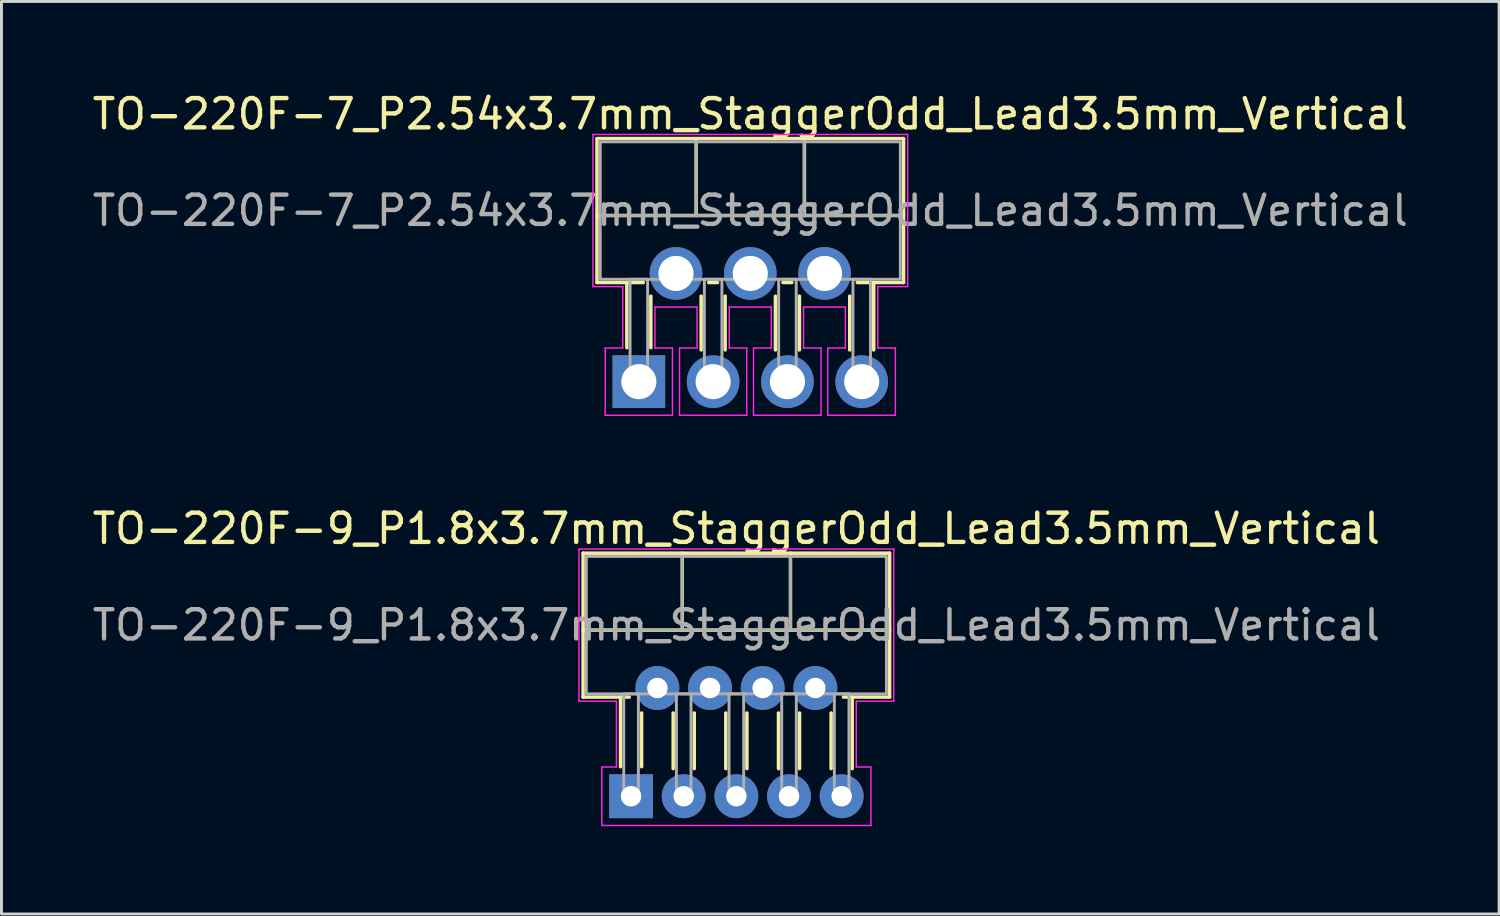
<source format=kicad_pcb>
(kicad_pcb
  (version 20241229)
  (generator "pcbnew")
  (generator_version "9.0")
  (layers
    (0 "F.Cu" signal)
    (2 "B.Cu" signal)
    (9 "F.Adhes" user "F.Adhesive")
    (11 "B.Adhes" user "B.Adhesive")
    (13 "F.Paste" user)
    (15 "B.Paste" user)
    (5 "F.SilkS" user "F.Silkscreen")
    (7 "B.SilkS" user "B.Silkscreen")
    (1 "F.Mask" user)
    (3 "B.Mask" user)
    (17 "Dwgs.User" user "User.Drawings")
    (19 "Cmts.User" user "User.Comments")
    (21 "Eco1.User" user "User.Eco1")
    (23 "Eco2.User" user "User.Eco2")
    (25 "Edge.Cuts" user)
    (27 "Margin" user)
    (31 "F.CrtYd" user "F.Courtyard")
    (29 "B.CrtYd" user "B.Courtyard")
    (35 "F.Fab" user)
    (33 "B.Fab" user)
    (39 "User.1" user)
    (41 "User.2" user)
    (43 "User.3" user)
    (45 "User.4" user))
  (footprint "TO-220F-7_P2.54x3.7mm_StaggerOdd_Lead3.5mm_Vertical"
    (layer "F.Cu")
    (at 18.791 9.998)
    (property "Reference" "TO-220F-7_P2.54x3.7mm_StaggerOdd_Lead3.5mm_Vertical" (at 3.81 -9.15 0) (layer "F.SilkS") (effects (font (size 1 1) (thickness 0.15))))
    (attr through_hole)
    (fp_line (start -1.43 -8.31) (end 9.05 -8.31) (stroke (width 0.12) (type solid)) (layer "F.SilkS"))
    (fp_line (start -1.43 -5.68) (end 9.05 -5.68) (stroke (width 0.12) (type solid)) (layer "F.SilkS"))
    (fp_line (start -1.43 -3.39) (end -1.43 -8.31) (stroke (width 0.12) (type solid)) (layer "F.SilkS"))
    (fp_line (start -0.41 -3.39) (end -0.41 -1.16) (stroke (width 0.12) (type solid)) (layer "F.SilkS"))
    (fp_line (start 0.152 -3.39) (end -1.43 -3.39) (stroke (width 0.12) (type solid)) (layer "F.SilkS"))
    (fp_line (start 0.41 -2.922) (end 0.41 -1.16) (stroke (width 0.12) (type solid)) (layer "F.SilkS"))
    (fp_line (start 1.96 -8.31) (end 1.96 -5.68) (stroke (width 0.12) (type solid)) (layer "F.SilkS"))
    (fp_line (start 2.13 -2.922) (end 2.13 -1.085) (stroke (width 0.12) (type solid)) (layer "F.SilkS"))
    (fp_line (start 2.692 -3.39) (end 2.388 -3.39) (stroke (width 0.12) (type solid)) (layer "F.SilkS"))
    (fp_line (start 2.95 -2.922) (end 2.95 -1.085) (stroke (width 0.12) (type solid)) (layer "F.SilkS"))
    (fp_line (start 4.67 -2.922) (end 4.67 -1.085) (stroke (width 0.12) (type solid)) (layer "F.SilkS"))
    (fp_line (start 5.232 -3.39) (end 4.928 -3.39) (stroke (width 0.12) (type solid)) (layer "F.SilkS"))
    (fp_line (start 5.49 -2.922) (end 5.49 -1.085) (stroke (width 0.12) (type solid)) (layer "F.SilkS"))
    (fp_line (start 5.66 -8.31) (end 5.66 -5.68) (stroke (width 0.12) (type solid)) (layer "F.SilkS"))
    (fp_line (start 7.21 -2.922) (end 7.21 -1.085) (stroke (width 0.12) (type solid)) (layer "F.SilkS"))
    (fp_line (start 8.03 -3.39) (end 8.03 -1.085) (stroke (width 0.12) (type solid)) (layer "F.SilkS"))
    (fp_line (start 9.05 -8.31) (end 9.05 -3.39) (stroke (width 0.12) (type solid)) (layer "F.SilkS"))
    (fp_line (start 9.05 -3.39) (end 7.468 -3.39) (stroke (width 0.12) (type solid)) (layer "F.SilkS"))
    (fp_line (start -1.57 -8.45) (end 9.19 -8.45) (stroke (width 0.05) (type solid)) (layer "F.CrtYd"))
    (fp_line (start -1.57 -3.25) (end -1.57 -8.45) (stroke (width 0.05) (type solid)) (layer "F.CrtYd"))
    (fp_line (start -1.15 -1.15) (end -0.55 -1.15) (stroke (width 0.05) (type solid)) (layer "F.CrtYd"))
    (fp_line (start -1.15 1.15) (end -1.15 -1.15) (stroke (width 0.05) (type solid)) (layer "F.CrtYd"))
    (fp_line (start -0.55 -3.25) (end -1.57 -3.25) (stroke (width 0.05) (type solid)) (layer "F.CrtYd"))
    (fp_line (start -0.55 -1.15) (end -0.55 -3.25) (stroke (width 0.05) (type solid)) (layer "F.CrtYd"))
    (fp_line (start 0.55 -2.55) (end 0.55 -1.15) (stroke (width 0.05) (type solid)) (layer "F.CrtYd"))
    (fp_line (start 0.55 -1.15) (end 1.15 -1.15) (stroke (width 0.05) (type solid)) (layer "F.CrtYd"))
    (fp_line (start 1.15 -1.15) (end 1.15 1.15) (stroke (width 0.05) (type solid)) (layer "F.CrtYd"))
    (fp_line (start 1.15 1.15) (end -1.15 1.15) (stroke (width 0.05) (type solid)) (layer "F.CrtYd"))
    (fp_line (start 1.39 -1.15) (end 1.99 -1.15) (stroke (width 0.05) (type solid)) (layer "F.CrtYd"))
    (fp_line (start 1.39 1.15) (end 1.39 -1.15) (stroke (width 0.05) (type solid)) (layer "F.CrtYd"))
    (fp_line (start 1.99 -2.55) (end 0.55 -2.55) (stroke (width 0.05) (type solid)) (layer "F.CrtYd"))
    (fp_line (start 1.99 -1.15) (end 1.99 -2.55) (stroke (width 0.05) (type solid)) (layer "F.CrtYd"))
    (fp_line (start 3.09 -2.55) (end 3.09 -1.15) (stroke (width 0.05) (type solid)) (layer "F.CrtYd"))
    (fp_line (start 3.09 -1.15) (end 3.69 -1.15) (stroke (width 0.05) (type solid)) (layer "F.CrtYd"))
    (fp_line (start 3.69 -1.15) (end 3.69 1.15) (stroke (width 0.05) (type solid)) (layer "F.CrtYd"))
    (fp_line (start 3.69 1.15) (end 1.39 1.15) (stroke (width 0.05) (type solid)) (layer "F.CrtYd"))
    (fp_line (start 3.92 -1.15) (end 4.53 -1.15) (stroke (width 0.05) (type solid)) (layer "F.CrtYd"))
    (fp_line (start 3.92 1.15) (end 3.92 -1.15) (stroke (width 0.05) (type solid)) (layer "F.CrtYd"))
    (fp_line (start 4.53 -2.55) (end 3.09 -2.55) (stroke (width 0.05) (type solid)) (layer "F.CrtYd"))
    (fp_line (start 4.53 -1.15) (end 4.53 -2.55) (stroke (width 0.05) (type solid)) (layer "F.CrtYd"))
    (fp_line (start 5.63 -2.55) (end 5.63 -1.15) (stroke (width 0.05) (type solid)) (layer "F.CrtYd"))
    (fp_line (start 5.63 -1.15) (end 6.23 -1.15) (stroke (width 0.05) (type solid)) (layer "F.CrtYd"))
    (fp_line (start 6.23 -1.15) (end 6.23 1.15) (stroke (width 0.05) (type solid)) (layer "F.CrtYd"))
    (fp_line (start 6.23 1.15) (end 3.92 1.15) (stroke (width 0.05) (type solid)) (layer "F.CrtYd"))
    (fp_line (start 6.46 -1.15) (end 7.06 -1.15) (stroke (width 0.05) (type solid)) (layer "F.CrtYd"))
    (fp_line (start 6.46 1.15) (end 6.46 -1.15) (stroke (width 0.05) (type solid)) (layer "F.CrtYd"))
    (fp_line (start 7.06 -2.55) (end 5.63 -2.55) (stroke (width 0.05) (type solid)) (layer "F.CrtYd"))
    (fp_line (start 7.06 -1.15) (end 7.06 -2.55) (stroke (width 0.05) (type solid)) (layer "F.CrtYd"))
    (fp_line (start 8.17 -3.25) (end 8.17 -1.15) (stroke (width 0.05) (type solid)) (layer "F.CrtYd"))
    (fp_line (start 8.17 -1.15) (end 8.77 -1.15) (stroke (width 0.05) (type solid)) (layer "F.CrtYd"))
    (fp_line (start 8.77 -1.15) (end 8.77 1.15) (stroke (width 0.05) (type solid)) (layer "F.CrtYd"))
    (fp_line (start 8.77 1.15) (end 6.46 1.15) (stroke (width 0.05) (type solid)) (layer "F.CrtYd"))
    (fp_line (start 9.19 -8.45) (end 9.19 -3.25) (stroke (width 0.05) (type solid)) (layer "F.CrtYd"))
    (fp_line (start 9.19 -3.25) (end 8.17 -3.25) (stroke (width 0.05) (type solid)) (layer "F.CrtYd"))
    (fp_line (start -1.32 -5.68) (end 8.94 -5.68) (stroke (width 0.1) (type solid)) (layer "F.Fab"))
    (fp_line (start 1.96 -8.2) (end 1.96 -5.68) (stroke (width 0.1) (type solid)) (layer "F.Fab"))
    (fp_line (start 5.66 -8.2) (end 5.66 -5.68) (stroke (width 0.1) (type solid)) (layer "F.Fab"))
    (fp_rect (start -1.32 -8.2) (end 8.94 -3.5) (stroke (width 0.1) (type solid)) (fill no) (layer "F.Fab"))
    (fp_rect (start -0.3 -3.5) (end 0.3 0) (stroke (width 0.1) (type solid)) (fill no) (layer "F.Fab"))
    (fp_rect (start 2.24 -3.5) (end 2.84 0) (stroke (width 0.1) (type solid)) (fill no) (layer "F.Fab"))
    (fp_rect (start 4.78 -3.5) (end 5.38 0) (stroke (width 0.1) (type solid)) (fill no) (layer "F.Fab"))
    (fp_rect (start 7.32 -3.5) (end 7.92 0) (stroke (width 0.1) (type solid)) (fill no) (layer "F.Fab"))
    (fp_text user "${REFERENCE}" (at 3.81 -5.85 0) (layer "F.Fab") (effects (font (size 1 1) (thickness 0.15))))
    (pad "1" thru_hole rect (at 0 0) (size 1.8 1.8) (drill 1.2) (layers "*.Cu" "*.Mask"))
    (pad "2" thru_hole circle (at 1.27 -3.7) (size 1.8 1.8) (drill 1.2) (layers "*.Cu" "*.Mask"))
    (pad "3" thru_hole circle (at 2.54 0) (size 1.8 1.8) (drill 1.2) (layers "*.Cu" "*.Mask"))
    (pad "4" thru_hole circle (at 3.81 -3.7) (size 1.8 1.8) (drill 1.2) (layers "*.Cu" "*.Mask"))
    (pad "5" thru_hole circle (at 5.08 0) (size 1.8 1.8) (drill 1.2) (layers "*.Cu" "*.Mask"))
    (pad "6" thru_hole circle (at 6.35 -3.7) (size 1.8 1.8) (drill 1.2) (layers "*.Cu" "*.Mask"))
    (pad "7" thru_hole circle (at 7.62 0) (size 1.8 1.8) (drill 1.2) (layers "*.Cu" "*.Mask")))
  (footprint "TO-220F-9_P1.8x3.7mm_StaggerOdd_Lead3.5mm_Vertical"
    (layer "F.Cu")
    (at 18.525 24.172)
    (property "Reference" "TO-220F-9_P1.8x3.7mm_StaggerOdd_Lead3.5mm_Vertical" (at 3.6 -9.15 0) (layer "F.SilkS") (effects (font (size 1 1) (thickness 0.15))))
    (attr through_hole)
    (fp_line (start -1.64 -8.31) (end 8.84 -8.31) (stroke (width 0.12) (type solid)) (layer "F.SilkS"))
    (fp_line (start -1.64 -5.68) (end 8.84 -5.68) (stroke (width 0.12) (type solid)) (layer "F.SilkS"))
    (fp_line (start -1.64 -3.39) (end -1.64 -8.31) (stroke (width 0.12) (type solid)) (layer "F.SilkS"))
    (fp_line (start -0.36 -3.39) (end -0.36 -1.01) (stroke (width 0.12) (type solid)) (layer "F.SilkS"))
    (fp_line (start -0.061 -3.39) (end -1.64 -3.39) (stroke (width 0.12) (type solid)) (layer "F.SilkS"))
    (fp_line (start 0.36 -2.846) (end 0.36 -1.01) (stroke (width 0.12) (type solid)) (layer "F.SilkS"))
    (fp_line (start 1.44 -2.846) (end 1.44 -0.944) (stroke (width 0.12) (type solid)) (layer "F.SilkS"))
    (fp_line (start 1.75 -8.31) (end 1.75 -5.68) (stroke (width 0.12) (type solid)) (layer "F.SilkS"))
    (fp_line (start 2.16 -2.846) (end 2.16 -0.944) (stroke (width 0.12) (type solid)) (layer "F.SilkS"))
    (fp_line (start 3.24 -2.846) (end 3.24 -0.944) (stroke (width 0.12) (type solid)) (layer "F.SilkS"))
    (fp_line (start 3.96 -2.846) (end 3.96 -0.944) (stroke (width 0.12) (type solid)) (layer "F.SilkS"))
    (fp_line (start 5.04 -2.846) (end 5.04 -0.944) (stroke (width 0.12) (type solid)) (layer "F.SilkS"))
    (fp_line (start 5.45 -8.31) (end 5.45 -5.68) (stroke (width 0.12) (type solid)) (layer "F.SilkS"))
    (fp_line (start 5.76 -2.846) (end 5.76 -0.944) (stroke (width 0.12) (type solid)) (layer "F.SilkS"))
    (fp_line (start 6.84 -2.846) (end 6.84 -0.944) (stroke (width 0.12) (type solid)) (layer "F.SilkS"))
    (fp_line (start 7.56 -3.39) (end 7.56 -0.944) (stroke (width 0.12) (type solid)) (layer "F.SilkS"))
    (fp_line (start 8.84 -8.31) (end 8.84 -3.39) (stroke (width 0.12) (type solid)) (layer "F.SilkS"))
    (fp_line (start 8.84 -3.39) (end 7.261 -3.39) (stroke (width 0.12) (type solid)) (layer "F.SilkS"))
    (fp_line (start -1.78 -8.45) (end 8.98 -8.45) (stroke (width 0.05) (type solid)) (layer "F.CrtYd"))
    (fp_line (start -1.78 -3.25) (end -1.78 -8.45) (stroke (width 0.05) (type solid)) (layer "F.CrtYd"))
    (fp_line (start -1 -1) (end -0.5 -1) (stroke (width 0.05) (type solid)) (layer "F.CrtYd"))
    (fp_line (start -1 1) (end -1 -1) (stroke (width 0.05) (type solid)) (layer "F.CrtYd"))
    (fp_line (start -0.5 -3.25) (end -1.78 -3.25) (stroke (width 0.05) (type solid)) (layer "F.CrtYd"))
    (fp_line (start -0.5 -1) (end -0.5 -3.25) (stroke (width 0.05) (type solid)) (layer "F.CrtYd"))
    (fp_line (start 7.7 -3.25) (end 7.7 -1) (stroke (width 0.05) (type solid)) (layer "F.CrtYd"))
    (fp_line (start 7.7 -1) (end 8.2 -1) (stroke (width 0.05) (type solid)) (layer "F.CrtYd"))
    (fp_line (start 8.2 -1) (end 8.2 1) (stroke (width 0.05) (type solid)) (layer "F.CrtYd"))
    (fp_line (start 8.2 1) (end -1 1) (stroke (width 0.05) (type solid)) (layer "F.CrtYd"))
    (fp_line (start 8.98 -8.45) (end 8.98 -3.25) (stroke (width 0.05) (type solid)) (layer "F.CrtYd"))
    (fp_line (start 8.98 -3.25) (end 7.7 -3.25) (stroke (width 0.05) (type solid)) (layer "F.CrtYd"))
    (fp_line (start -1.53 -5.68) (end 8.73 -5.68) (stroke (width 0.1) (type solid)) (layer "F.Fab"))
    (fp_line (start 1.75 -8.2) (end 1.75 -5.68) (stroke (width 0.1) (type solid)) (layer "F.Fab"))
    (fp_line (start 5.45 -8.2) (end 5.45 -5.68) (stroke (width 0.1) (type solid)) (layer "F.Fab"))
    (fp_rect (start -1.53 -8.2) (end 8.73 -3.5) (stroke (width 0.1) (type solid)) (fill no) (layer "F.Fab"))
    (fp_rect (start -0.25 -3.5) (end 0.25 0) (stroke (width 0.1) (type solid)) (fill no) (layer "F.Fab"))
    (fp_rect (start 1.55 -3.5) (end 2.05 0) (stroke (width 0.1) (type solid)) (fill no) (layer "F.Fab"))
    (fp_rect (start 3.35 -3.5) (end 3.85 0) (stroke (width 0.1) (type solid)) (fill no) (layer "F.Fab"))
    (fp_rect (start 5.15 -3.5) (end 5.65 0) (stroke (width 0.1) (type solid)) (fill no) (layer "F.Fab"))
    (fp_rect (start 6.95 -3.5) (end 7.45 0) (stroke (width 0.1) (type solid)) (fill no) (layer "F.Fab"))
    (fp_text user "${REFERENCE}" (at 3.6 -5.85 0) (layer "F.Fab") (effects (font (size 1 1) (thickness 0.15))))
    (pad "1" thru_hole rect (at 0 0) (size 1.5 1.5) (drill 0.7) (layers "*.Cu" "*.Mask"))
    (pad "2" thru_hole circle (at 0.9 -3.7) (size 1.5 1.5) (drill 0.7) (layers "*.Cu" "*.Mask"))
    (pad "3" thru_hole circle (at 1.8 0) (size 1.5 1.5) (drill 0.7) (layers "*.Cu" "*.Mask"))
    (pad "4" thru_hole circle (at 2.7 -3.7) (size 1.5 1.5) (drill 0.7) (layers "*.Cu" "*.Mask"))
    (pad "5" thru_hole circle (at 3.6 0) (size 1.5 1.5) (drill 0.7) (layers "*.Cu" "*.Mask"))
    (pad "6" thru_hole circle (at 4.5 -3.7) (size 1.5 1.5) (drill 0.7) (layers "*.Cu" "*.Mask"))
    (pad "7" thru_hole circle (at 5.4 0) (size 1.5 1.5) (drill 0.7) (layers "*.Cu" "*.Mask"))
    (pad "8" thru_hole circle (at 6.3 -3.7) (size 1.5 1.5) (drill 0.7) (layers "*.Cu" "*.Mask"))
    (pad "9" thru_hole circle (at 7.2 0) (size 1.5 1.5) (drill 0.7) (layers "*.Cu" "*.Mask")))
  (gr_rect
    (start -3 -3)
    (end 48.202 28.197)
    (stroke (width 0.1) (type default))
    (fill no)
    (layer "Edge.Cuts")))
</source>
